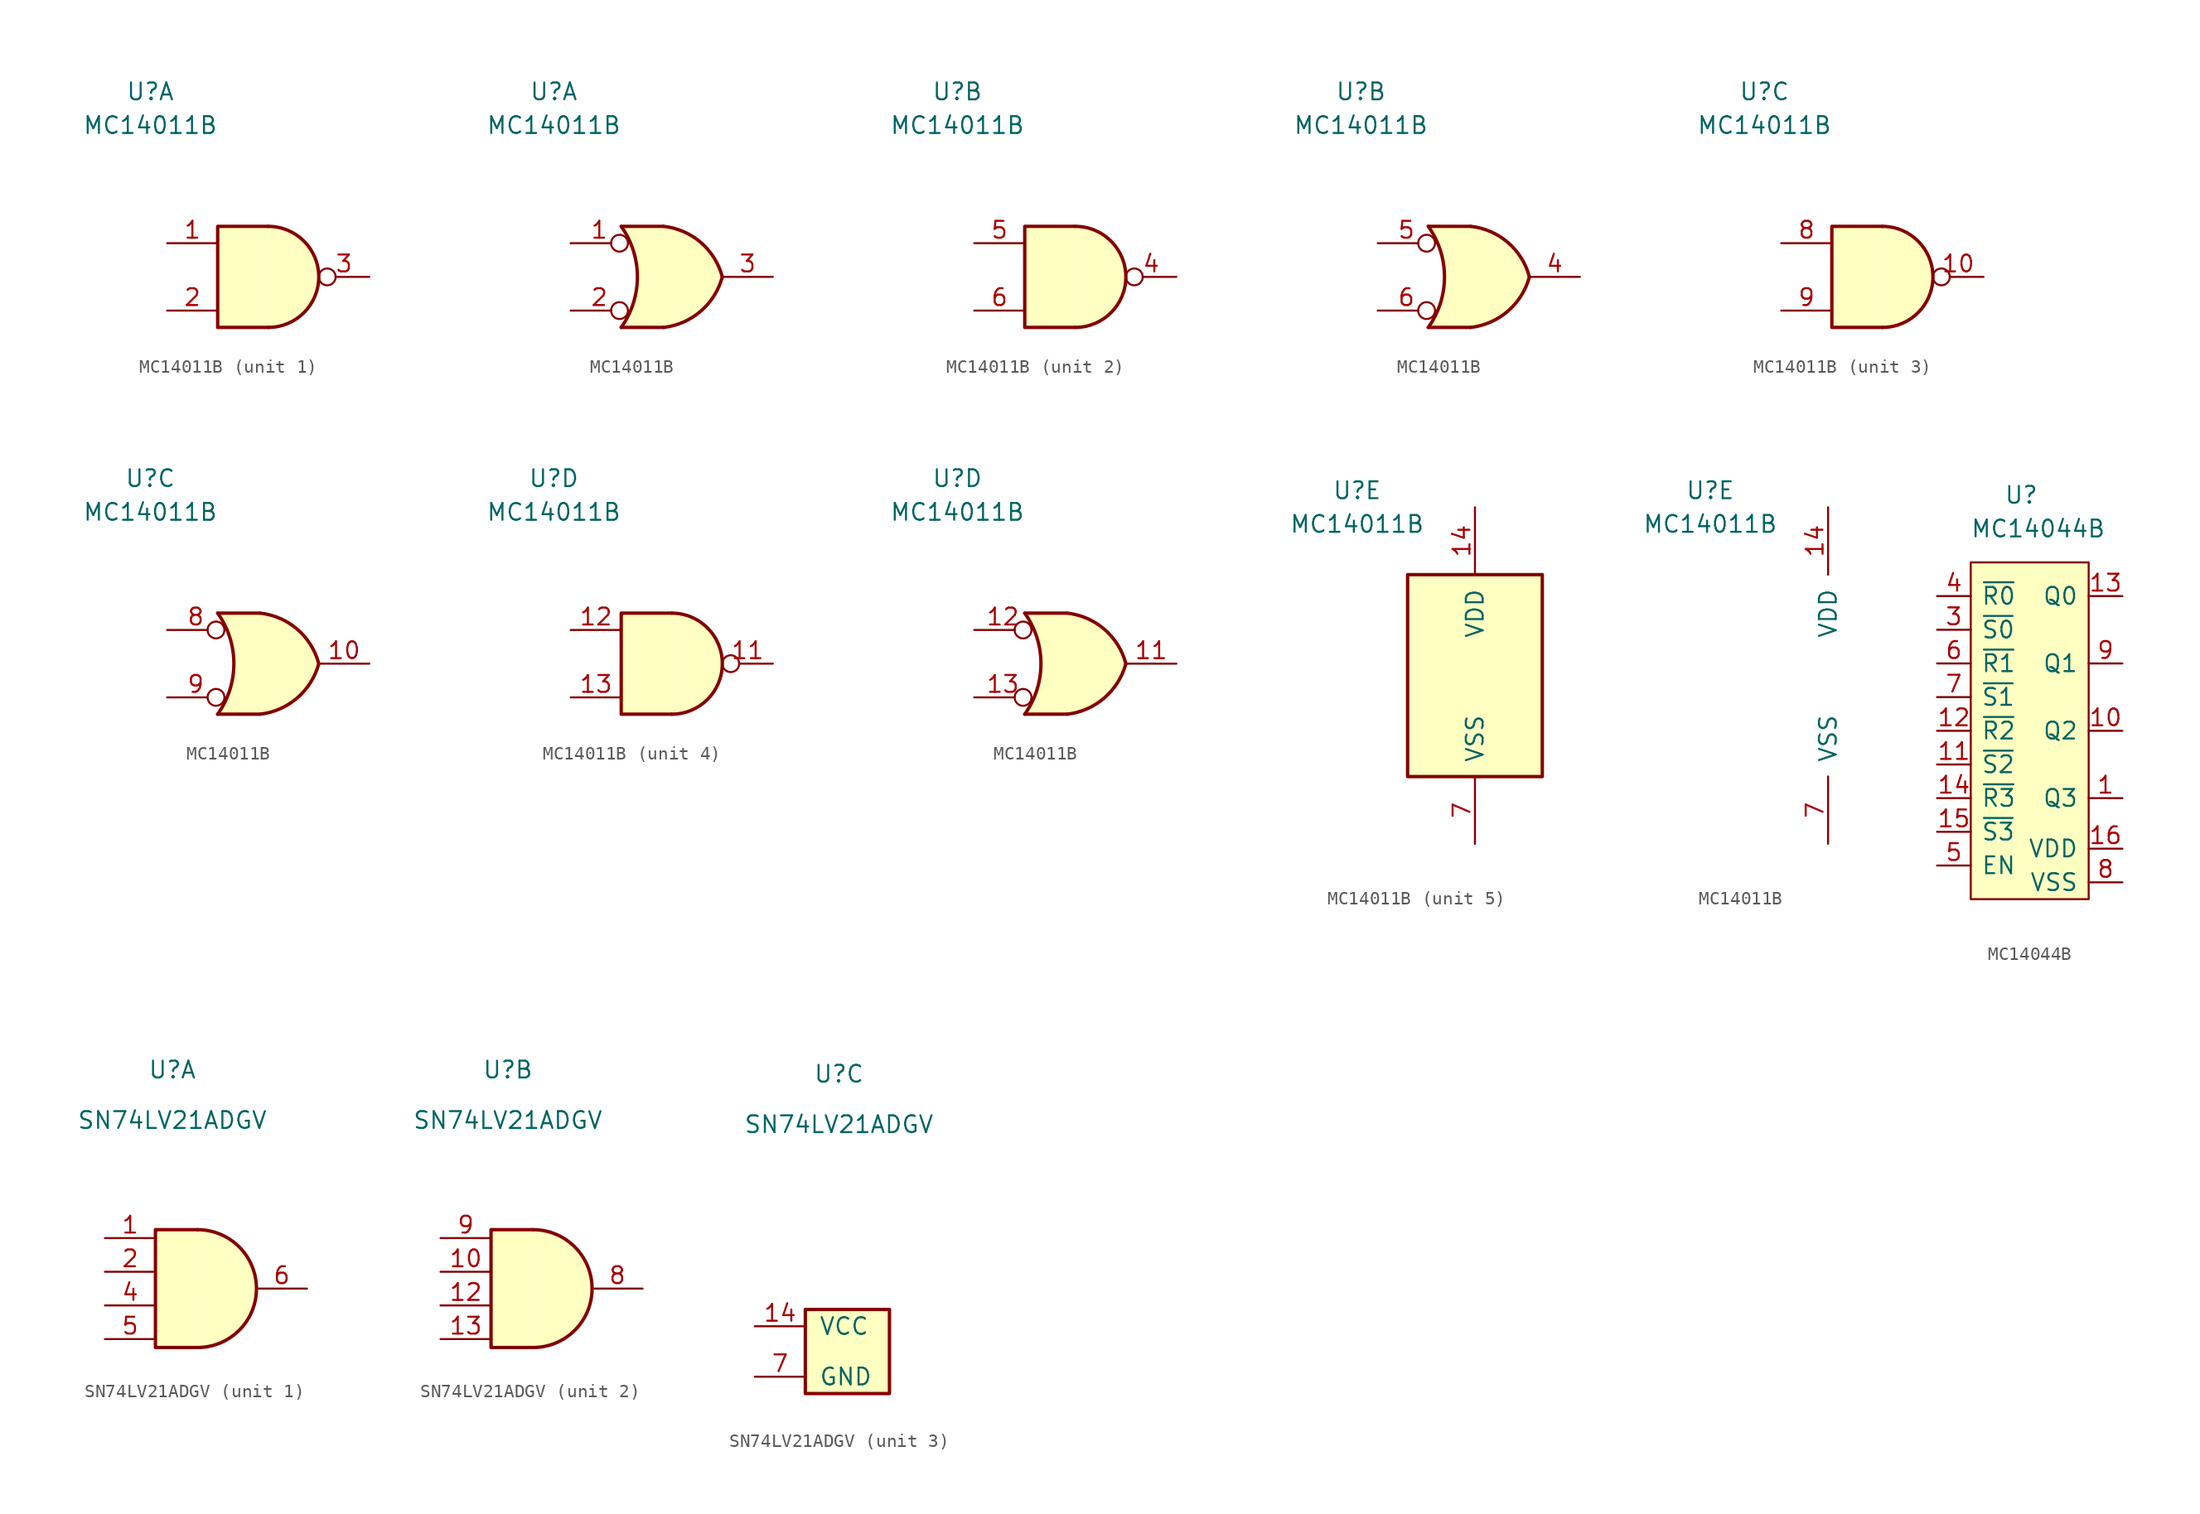
<source format=kicad_sym>
(kicad_symbol_lib
  (version 20211014)
  (generator kicad_symbol_editor)
  (symbol "MC14011B"
    (pin_names
      (offset 1.016))
    (property "Reference" "U"
      (at -8.89 13.97 0)
      (effects (font (size 1.27 1.27))))
    (property "Value" "MC14011B"
      (at -8.89 11.43 0)
      (effects (font (size 1.27 1.27))))
    (property "ki_locked" ""
      (at 0 0 0)
      (effects (font (size 1.27 1.27))))
    (symbol "MC14011B_1_1"
      (arc (start 0 -3.81) (mid 3.81 0) (end 0 3.81) (stroke (width 0.254) (type default) (color 0 0 0 0)) (fill (type background)))
      (polyline (pts (xy 0 3.81) (xy -3.81 3.81) (xy -3.81 -3.81) (xy 0 -3.81)) (stroke (width 0.254) (type default) (color 0 0 0 0)) (fill (type background)))
      (pin input line (at -7.62 2.54 0) (length 3.81) (name "~" (effects (font (size 1.27 1.27)))) (number "1" (effects (font (size 1.27 1.27)))))
      (pin input line (at -7.62 -2.54 0) (length 3.81) (name "~" (effects (font (size 1.27 1.27)))) (number "2" (effects (font (size 1.27 1.27)))))
      (pin output inverted (at 7.62 0 180) (length 3.81) (name "~" (effects (font (size 1.27 1.27)))) (number "3" (effects (font (size 1.27 1.27))))))
    (symbol "MC14011B_1_2"
      (arc (start -3.81 -3.81) (mid -2.589 0) (end -3.81 3.81) (stroke (width 0.254) (type default) (color 0 0 0 0)) (fill (type none)))
      (arc (start -0.6096 -3.81) (mid 2.1855 -2.584) (end 3.81 0) (stroke (width 0.254) (type default) (color 0 0 0 0)) (fill (type background)))
      (polyline (pts (xy -3.81 -3.81) (xy -0.635 -3.81)) (stroke (width 0.254) (type default) (color 0 0 0 0)) (fill (type background)))
      (polyline (pts (xy -3.81 3.81) (xy -0.635 3.81)) (stroke (width 0.254) (type default) (color 0 0 0 0)) (fill (type background)))
      (polyline (pts (xy -0.635 3.81) (xy -3.81 3.81) (xy -3.81 3.81) (xy -3.556 3.404) (xy -3.023 2.261) (xy -2.692 1.041) (xy -2.616 -0.254) (xy -2.769 -1.499) (xy -3.175 -2.718) (xy -3.81 -3.81) (xy -3.81 -3.81) (xy -0.635 -3.81)) (stroke (width -25.4) (type default) (color 0 0 0 0)) (fill (type background)))
      (arc (start 3.81 0) (mid 2.1928 2.5925) (end -0.6096 3.81) (stroke (width 0.254) (type default) (color 0 0 0 0)) (fill (type background)))
      (pin input inverted (at -7.62 2.54 0) (length 4.318) (name "~" (effects (font (size 1.27 1.27)))) (number "1" (effects (font (size 1.27 1.27)))))
      (pin input inverted (at -7.62 -2.54 0) (length 4.318) (name "~" (effects (font (size 1.27 1.27)))) (number "2" (effects (font (size 1.27 1.27)))))
      (pin output line (at 7.62 0 180) (length 3.81) (name "~" (effects (font (size 1.27 1.27)))) (number "3" (effects (font (size 1.27 1.27))))))
    (symbol "MC14011B_2_1"
      (arc (start 0 -3.81) (mid 3.81 0) (end 0 3.81) (stroke (width 0.254) (type default) (color 0 0 0 0)) (fill (type background)))
      (polyline (pts (xy 0 3.81) (xy -3.81 3.81) (xy -3.81 -3.81) (xy 0 -3.81)) (stroke (width 0.254) (type default) (color 0 0 0 0)) (fill (type background)))
      (pin output inverted (at 7.62 0 180) (length 3.81) (name "~" (effects (font (size 1.27 1.27)))) (number "4" (effects (font (size 1.27 1.27)))))
      (pin input line (at -7.62 2.54 0) (length 3.81) (name "~" (effects (font (size 1.27 1.27)))) (number "5" (effects (font (size 1.27 1.27)))))
      (pin input line (at -7.62 -2.54 0) (length 3.81) (name "~" (effects (font (size 1.27 1.27)))) (number "6" (effects (font (size 1.27 1.27))))))
    (symbol "MC14011B_2_2"
      (arc (start -3.81 -3.81) (mid -2.589 0) (end -3.81 3.81) (stroke (width 0.254) (type default) (color 0 0 0 0)) (fill (type none)))
      (arc (start -0.6096 -3.81) (mid 2.1855 -2.584) (end 3.81 0) (stroke (width 0.254) (type default) (color 0 0 0 0)) (fill (type background)))
      (polyline (pts (xy -3.81 -3.81) (xy -0.635 -3.81)) (stroke (width 0.254) (type default) (color 0 0 0 0)) (fill (type background)))
      (polyline (pts (xy -3.81 3.81) (xy -0.635 3.81)) (stroke (width 0.254) (type default) (color 0 0 0 0)) (fill (type background)))
      (polyline (pts (xy -0.635 3.81) (xy -3.81 3.81) (xy -3.81 3.81) (xy -3.556 3.404) (xy -3.023 2.261) (xy -2.692 1.041) (xy -2.616 -0.254) (xy -2.769 -1.499) (xy -3.175 -2.718) (xy -3.81 -3.81) (xy -3.81 -3.81) (xy -0.635 -3.81)) (stroke (width -25.4) (type default) (color 0 0 0 0)) (fill (type background)))
      (arc (start 3.81 0) (mid 2.1928 2.5925) (end -0.6096 3.81) (stroke (width 0.254) (type default) (color 0 0 0 0)) (fill (type background)))
      (pin output line (at 7.62 0 180) (length 3.81) (name "~" (effects (font (size 1.27 1.27)))) (number "4" (effects (font (size 1.27 1.27)))))
      (pin input inverted (at -7.62 2.54 0) (length 4.318) (name "~" (effects (font (size 1.27 1.27)))) (number "5" (effects (font (size 1.27 1.27)))))
      (pin input inverted (at -7.62 -2.54 0) (length 4.318) (name "~" (effects (font (size 1.27 1.27)))) (number "6" (effects (font (size 1.27 1.27))))))
    (symbol "MC14011B_3_1"
      (arc (start 0 -3.81) (mid 3.81 0) (end 0 3.81) (stroke (width 0.254) (type default) (color 0 0 0 0)) (fill (type background)))
      (polyline (pts (xy 0 3.81) (xy -3.81 3.81) (xy -3.81 -3.81) (xy 0 -3.81)) (stroke (width 0.254) (type default) (color 0 0 0 0)) (fill (type background)))
      (pin output inverted (at 7.62 0 180) (length 3.81) (name "~" (effects (font (size 1.27 1.27)))) (number "10" (effects (font (size 1.27 1.27)))))
      (pin input line (at -7.62 2.54 0) (length 3.81) (name "~" (effects (font (size 1.27 1.27)))) (number "8" (effects (font (size 1.27 1.27)))))
      (pin input line (at -7.62 -2.54 0) (length 3.81) (name "~" (effects (font (size 1.27 1.27)))) (number "9" (effects (font (size 1.27 1.27))))))
    (symbol "MC14011B_3_2"
      (arc (start -3.81 -3.81) (mid -2.589 0) (end -3.81 3.81) (stroke (width 0.254) (type default) (color 0 0 0 0)) (fill (type none)))
      (arc (start -0.6096 -3.81) (mid 2.1855 -2.584) (end 3.81 0) (stroke (width 0.254) (type default) (color 0 0 0 0)) (fill (type background)))
      (polyline (pts (xy -3.81 -3.81) (xy -0.635 -3.81)) (stroke (width 0.254) (type default) (color 0 0 0 0)) (fill (type background)))
      (polyline (pts (xy -3.81 3.81) (xy -0.635 3.81)) (stroke (width 0.254) (type default) (color 0 0 0 0)) (fill (type background)))
      (polyline (pts (xy -0.635 3.81) (xy -3.81 3.81) (xy -3.81 3.81) (xy -3.556 3.404) (xy -3.023 2.261) (xy -2.692 1.041) (xy -2.616 -0.254) (xy -2.769 -1.499) (xy -3.175 -2.718) (xy -3.81 -3.81) (xy -3.81 -3.81) (xy -0.635 -3.81)) (stroke (width -25.4) (type default) (color 0 0 0 0)) (fill (type background)))
      (arc (start 3.81 0) (mid 2.1928 2.5925) (end -0.6096 3.81) (stroke (width 0.254) (type default) (color 0 0 0 0)) (fill (type background)))
      (pin output line (at 7.62 0 180) (length 3.81) (name "~" (effects (font (size 1.27 1.27)))) (number "10" (effects (font (size 1.27 1.27)))))
      (pin input inverted (at -7.62 2.54 0) (length 4.318) (name "~" (effects (font (size 1.27 1.27)))) (number "8" (effects (font (size 1.27 1.27)))))
      (pin input inverted (at -7.62 -2.54 0) (length 4.318) (name "~" (effects (font (size 1.27 1.27)))) (number "9" (effects (font (size 1.27 1.27))))))
    (symbol "MC14011B_4_1"
      (arc (start 0 -3.81) (mid 3.81 0) (end 0 3.81) (stroke (width 0.254) (type default) (color 0 0 0 0)) (fill (type background)))
      (polyline (pts (xy 0 3.81) (xy -3.81 3.81) (xy -3.81 -3.81) (xy 0 -3.81)) (stroke (width 0.254) (type default) (color 0 0 0 0)) (fill (type background)))
      (pin output inverted (at 7.62 0 180) (length 3.81) (name "~" (effects (font (size 1.27 1.27)))) (number "11" (effects (font (size 1.27 1.27)))))
      (pin input line (at -7.62 2.54 0) (length 3.81) (name "~" (effects (font (size 1.27 1.27)))) (number "12" (effects (font (size 1.27 1.27)))))
      (pin input line (at -7.62 -2.54 0) (length 3.81) (name "~" (effects (font (size 1.27 1.27)))) (number "13" (effects (font (size 1.27 1.27))))))
    (symbol "MC14011B_4_2"
      (arc (start -3.81 -3.81) (mid -2.589 0) (end -3.81 3.81) (stroke (width 0.254) (type default) (color 0 0 0 0)) (fill (type none)))
      (arc (start -0.6096 -3.81) (mid 2.1855 -2.584) (end 3.81 0) (stroke (width 0.254) (type default) (color 0 0 0 0)) (fill (type background)))
      (polyline (pts (xy -3.81 -3.81) (xy -0.635 -3.81)) (stroke (width 0.254) (type default) (color 0 0 0 0)) (fill (type background)))
      (polyline (pts (xy -3.81 3.81) (xy -0.635 3.81)) (stroke (width 0.254) (type default) (color 0 0 0 0)) (fill (type background)))
      (polyline (pts (xy -0.635 3.81) (xy -3.81 3.81) (xy -3.81 3.81) (xy -3.556 3.404) (xy -3.023 2.261) (xy -2.692 1.041) (xy -2.616 -0.254) (xy -2.769 -1.499) (xy -3.175 -2.718) (xy -3.81 -3.81) (xy -3.81 -3.81) (xy -0.635 -3.81)) (stroke (width -25.4) (type default) (color 0 0 0 0)) (fill (type background)))
      (arc (start 3.81 0) (mid 2.1928 2.5925) (end -0.6096 3.81) (stroke (width 0.254) (type default) (color 0 0 0 0)) (fill (type background)))
      (pin output line (at 7.62 0 180) (length 3.81) (name "~" (effects (font (size 1.27 1.27)))) (number "11" (effects (font (size 1.27 1.27)))))
      (pin input inverted (at -7.62 2.54 0) (length 4.318) (name "~" (effects (font (size 1.27 1.27)))) (number "12" (effects (font (size 1.27 1.27)))))
      (pin input inverted (at -7.62 -2.54 0) (length 4.318) (name "~" (effects (font (size 1.27 1.27)))) (number "13" (effects (font (size 1.27 1.27))))))
    (symbol "MC14011B_5_0"
      (pin power_in line (at 0 12.7 270) (length 5.08) (name "VDD" (effects (font (size 1.27 1.27)))) (number "14" (effects (font (size 1.27 1.27)))))
      (pin power_in line (at 0 -12.7 90) (length 5.08) (name "VSS" (effects (font (size 1.27 1.27)))) (number "7" (effects (font (size 1.27 1.27))))))
    (symbol "MC14011B_5_1"
      (rectangle (start -5.08 7.62) (end 5.08 -7.62) (stroke (width 0.254) (type default) (color 0 0 0 0)) (fill (type background)))))
  (symbol "MC14044B"
    (pin_names
      (offset 0.762))
    (property "Reference" "U"
      (at -1.27 17.78 0)
      (effects (font (size 1.27 1.27))))
    (property "Value" "MC14044B"
      (at 0 15.24 0)
      (effects (font (size 1.27 1.27))))
    (symbol "MC14044B_0_0"
      (pin output line (at 6.35 -5.08 180) (length 2.54) (name "Q3" (effects (font (size 1.27 1.27)))) (number "1" (effects (font (size 1.27 1.27)))))
      (pin output line (at 6.35 0 180) (length 2.54) (name "Q2" (effects (font (size 1.27 1.27)))) (number "10" (effects (font (size 1.27 1.27)))))
      (pin input line (at -7.62 -2.54 0) (length 2.54) (name "~{S2}" (effects (font (size 1.27 1.27)))) (number "11" (effects (font (size 1.27 1.27)))))
      (pin input line (at -7.62 0 0) (length 2.54) (name "~{R2}" (effects (font (size 1.27 1.27)))) (number "12" (effects (font (size 1.27 1.27)))))
      (pin output line (at 6.35 10.16 180) (length 2.54) (name "Q0" (effects (font (size 1.27 1.27)))) (number "13" (effects (font (size 1.27 1.27)))))
      (pin input line (at -7.62 -5.08 0) (length 2.54) (name "~{R3}" (effects (font (size 1.27 1.27)))) (number "14" (effects (font (size 1.27 1.27)))))
      (pin input line (at -7.62 -7.62 0) (length 2.54) (name "~{S3}" (effects (font (size 1.27 1.27)))) (number "15" (effects (font (size 1.27 1.27)))))
      (pin power_in line (at 6.35 -8.89 180) (length 2.54) (name "VDD" (effects (font (size 1.27 1.27)))) (number "16" (effects (font (size 1.27 1.27)))))
      (pin no_connect line (at 6.35 7.62 180) (length 2.54) hide (name "NC" (effects (font (size 1.27 1.27)))) (number "2" (effects (font (size 1.27 1.27)))))
      (pin input line (at -7.62 7.62 0) (length 2.54) (name "~{S0}" (effects (font (size 1.27 1.27)))) (number "3" (effects (font (size 1.27 1.27)))))
      (pin input line (at -7.62 10.16 0) (length 2.54) (name "~{R0}" (effects (font (size 1.27 1.27)))) (number "4" (effects (font (size 1.27 1.27)))))
      (pin input line (at -7.62 -10.16 0) (length 2.54) (name "EN" (effects (font (size 1.27 1.27)))) (number "5" (effects (font (size 1.27 1.27)))))
      (pin input line (at -7.62 5.08 0) (length 2.54) (name "~{R1}" (effects (font (size 1.27 1.27)))) (number "6" (effects (font (size 1.27 1.27)))))
      (pin input line (at -7.62 2.54 0) (length 2.54) (name "~{S1}" (effects (font (size 1.27 1.27)))) (number "7" (effects (font (size 1.27 1.27)))))
      (pin power_in line (at 6.35 -11.43 180) (length 2.54) (name "VSS" (effects (font (size 1.27 1.27)))) (number "8" (effects (font (size 1.27 1.27)))))
      (pin output line (at 6.35 5.08 180) (length 2.54) (name "Q1" (effects (font (size 1.27 1.27)))) (number "9" (effects (font (size 1.27 1.27))))))
    (symbol "MC14044B_0_1"
      (rectangle (start -5.08 12.7) (end 3.81 -12.7) (stroke (width 0) (type default) (color 0 0 0 0)) (fill (type background)))))
  (symbol "SN74LV21ADGV"
    (pin_names
      (offset 1.016))
    (property "Reference" "U"
      (at -2.54 16.51 0)
      (effects (font (size 1.27 1.27))))
    (property "Value" "SN74LV21ADGV"
      (at -2.54 12.7 0)
      (effects (font (size 1.27 1.27))))
    (property "ki_locked" ""
      (at 0 0 0)
      (effects (font (size 1.27 1.27))))
    (symbol "SN74LV21ADGV_1_1"
      (arc (start -0.635 -4.445) (mid 3.81 0) (end -0.635 4.445) (stroke (width 0.254) (type default) (color 0 0 0 0)) (fill (type background)))
      (polyline (pts (xy -0.635 4.445) (xy -3.81 4.445) (xy -3.81 -4.445) (xy -0.635 -4.445)) (stroke (width 0.254) (type default) (color 0 0 0 0)) (fill (type background)))
      (pin input line (at -7.62 3.81 0) (length 3.81) (name "" (effects (font (size 1.27 1.27)))) (number "1" (effects (font (size 1.27 1.27)))))
      (pin input line (at -7.62 1.27 0) (length 3.81) (name "~" (effects (font (size 1.27 1.27)))) (number "2" (effects (font (size 1.27 1.27)))))
      (pin no_connect line (at -3.81 0 0) (length 2.54) hide (name "" (effects (font (size 1.27 1.27)))) (number "3" (effects (font (size 1.27 1.27)))))
      (pin input line (at -7.62 -1.27 0) (length 3.81) (name "~" (effects (font (size 1.27 1.27)))) (number "4" (effects (font (size 1.27 1.27)))))
      (pin input line (at -7.62 -3.81 0) (length 3.81) (name "~" (effects (font (size 1.27 1.27)))) (number "5" (effects (font (size 1.27 1.27)))))
      (pin output line (at 7.62 0 180) (length 3.81) (name "~" (effects (font (size 1.27 1.27)))) (number "6" (effects (font (size 1.27 1.27))))))
    (symbol "SN74LV21ADGV_2_1"
      (arc (start -0.635 -4.445) (mid 3.81 0) (end -0.635 4.445) (stroke (width 0.254) (type default) (color 0 0 0 0)) (fill (type background)))
      (polyline (pts (xy -0.635 4.445) (xy -3.81 4.445) (xy -3.81 -4.445) (xy -0.635 -4.445)) (stroke (width 0.254) (type default) (color 0 0 0 0)) (fill (type background)))
      (pin input line (at -7.62 1.27 0) (length 3.81) (name "" (effects (font (size 1.27 1.27)))) (number "10" (effects (font (size 1.27 1.27)))))
      (pin no_connect line (at -3.81 0 0) (length 2.54) hide (name "" (effects (font (size 1.27 1.27)))) (number "11" (effects (font (size 1.27 1.27)))))
      (pin input line (at -7.62 -1.27 0) (length 3.81) (name "~" (effects (font (size 1.27 1.27)))) (number "12" (effects (font (size 1.27 1.27)))))
      (pin input line (at -7.62 -3.81 0) (length 3.81) (name "~" (effects (font (size 1.27 1.27)))) (number "13" (effects (font (size 1.27 1.27)))))
      (pin output line (at 7.62 0 180) (length 3.81) (name "~" (effects (font (size 1.27 1.27)))) (number "8" (effects (font (size 1.27 1.27)))))
      (pin input line (at -7.62 3.81 0) (length 3.81) (name "~" (effects (font (size 1.27 1.27)))) (number "9" (effects (font (size 1.27 1.27))))))
    (symbol "SN74LV21ADGV_3_0"
      (pin power_in line (at -8.89 -2.54 0) (length 3.81) (name "VCC" (effects (font (size 1.27 1.27)))) (number "14" (effects (font (size 1.27 1.27)))))
      (pin power_in line (at -8.89 -6.35 0) (length 3.81) (name "GND" (effects (font (size 1.27 1.27)))) (number "7" (effects (font (size 1.27 1.27))))))
    (symbol "SN74LV21ADGV_3_1"
      (rectangle (start -5.08 -1.27) (end 1.27 -7.62) (stroke (width 0.254) (type default) (color 0 0 0 0)) (fill (type background))))))
</source>
